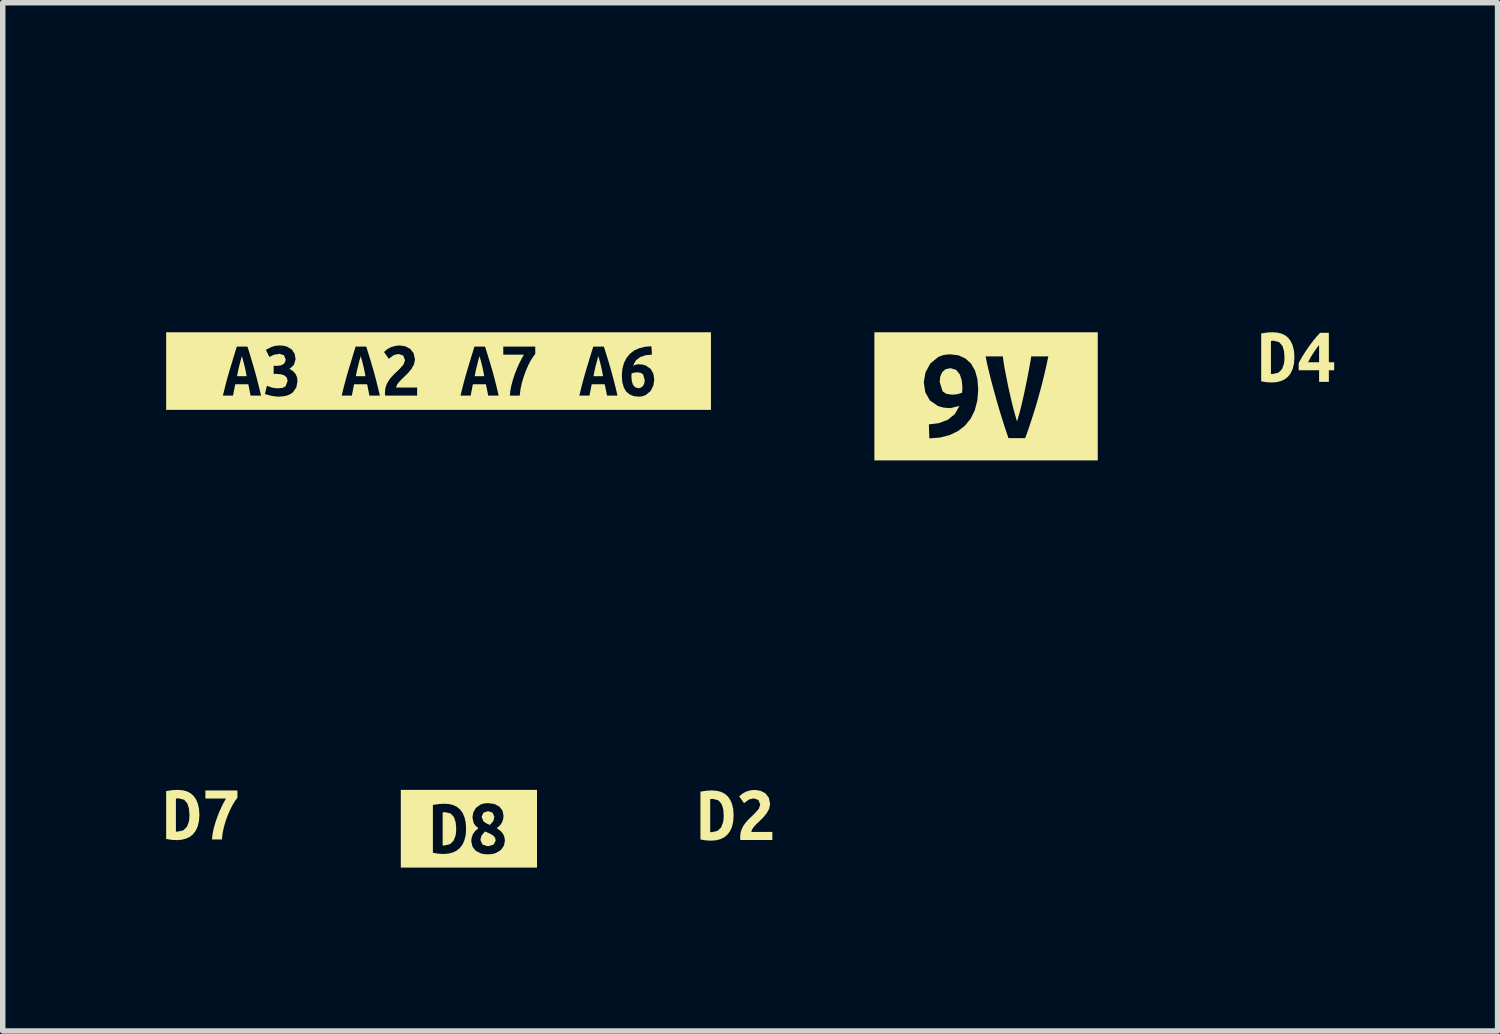
<source format=kicad_pcb>
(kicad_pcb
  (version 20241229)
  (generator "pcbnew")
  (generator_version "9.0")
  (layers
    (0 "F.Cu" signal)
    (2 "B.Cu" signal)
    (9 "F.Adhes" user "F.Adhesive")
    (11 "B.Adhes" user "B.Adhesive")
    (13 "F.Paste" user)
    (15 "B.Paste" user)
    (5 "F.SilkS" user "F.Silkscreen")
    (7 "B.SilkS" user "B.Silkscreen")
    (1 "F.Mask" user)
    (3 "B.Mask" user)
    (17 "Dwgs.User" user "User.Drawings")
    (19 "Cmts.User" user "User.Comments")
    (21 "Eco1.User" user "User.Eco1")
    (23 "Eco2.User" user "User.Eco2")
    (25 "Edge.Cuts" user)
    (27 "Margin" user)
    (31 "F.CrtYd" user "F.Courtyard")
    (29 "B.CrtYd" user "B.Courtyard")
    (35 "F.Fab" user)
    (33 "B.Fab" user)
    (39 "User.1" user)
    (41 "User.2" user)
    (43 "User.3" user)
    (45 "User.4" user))
  (footprint "kibuzzard-688B07DB"
    (layer "F.Cu")
    (at 5.557 12.162)
    (property "Reference" "kibuzzard-688B07DB" (at 0 -3.761 0) (layer "F.SilkS") (effects (font (size 0.001 0.001) (thickness 0.15))))
    (attr board_only exclude_from_pos_files exclude_from_bom)
    (fp_poly (pts (xy 0.351 -0.322) (xy 0.269 -0.296) (xy 0.233 -0.219) (xy 0.267 -0.136) (xy 0.313 -0.103) (xy 0.385 -0.069) (xy 0.449 -0.142) (xy 0.467 -0.22) (xy 0.433 -0.297) (xy 0.351 -0.322)) (stroke (width 0) (type solid)) (fill yes) (layer "F.SilkS"))
    (fp_poly (pts (xy 0.492 0.216) (xy 0.481 0.165) (xy 0.446 0.125) (xy 0.385 0.089) (xy 0.294 0.05) (xy 0.232 0.125) (xy 0.21 0.204) (xy 0.252 0.292) (xy 0.35 0.322) (xy 0.454 0.291) (xy 0.492 0.216)) (stroke (width 0) (type solid)) (fill yes) (layer "F.SilkS"))
    (fp_poly (pts (xy -0.482 0.306) (xy -0.466 0.308) (xy -0.45 0.308) (xy -0.347 0.284) (xy -0.281 0.22) (xy -0.244 0.124) (xy -0.236 0.065) (xy -0.233 0.001) (xy -0.242 -0.113) (xy -0.273 -0.21) (xy -0.332 -0.278) (xy -0.43 -0.303) (xy -0.456 -0.302) (xy -0.482 -0.299) (xy -0.482 0.306)) (stroke (width 0) (type solid)) (fill yes) (layer "F.SilkS"))
    (fp_poly (pts (xy -1.25 -0.713) (xy -1.25 -0.713) (xy -1.25 0.713) (xy -1.25 0.713) (xy -0.469 0.713) (xy -0.469 0.463) (xy -0.563 0.458) (xy -0.661 0.441) (xy -0.661 -0.437) (xy -0.546 -0.454) (xy -0.446 -0.459) (xy -0.361 -0.452) (xy -0.284 -0.433) (xy -0.216 -0.399) (xy -0.159 -0.35) (xy -0.114 -0.287) (xy -0.08 -0.208) (xy -0.059 -0.113) (xy -0.052 0.001) (xy -0.059 0.116) (xy -0.083 0.214) (xy -0.12 0.294) (xy -0.169 0.357) (xy -0.23 0.405) (xy -0.301 0.438) (xy -0.381 0.457) (xy -0.469 0.463) (xy -0.469 0.713) (xy 0.347 0.713) (xy 0.347 0.47) (xy 0.282 0.466) (xy 0.222 0.454) (xy 0.126 0.406) (xy 0.065 0.329) (xy 0.043 0.226) (xy 0.051 0.16) (xy 0.075 0.097) (xy 0.116 0.041) (xy 0.175 -0.009) (xy 0.121 -0.055) (xy 0.088 -0.103) (xy 0.065 -0.207) (xy 0.08 -0.298) (xy 0.129 -0.383) (xy 0.217 -0.446) (xy 0.279 -0.464) (xy 0.354 -0.47) (xy 0.47 -0.454) (xy 0.56 -0.406) (xy 0.617 -0.332) (xy 0.636 -0.235) (xy 0.628 -0.173) (xy 0.606 -0.112) (xy 0.566 -0.057) (xy 0.51 -0.011) (xy 0.58 0.039) (xy 0.627 0.094) (xy 0.652 0.153) (xy 0.661 0.219) (xy 0.644 0.308) (xy 0.59 0.388) (xy 0.494 0.447) (xy 0.427 0.465) (xy 0.347 0.47) (xy 0.347 0.713) (xy 1.25 0.713) (xy 1.25 0.713) (xy 1.25 -0.713) (xy 1.25 -0.713) (xy -1.25 -0.713)) (stroke (width 0) (type solid)) (fill yes) (layer "F.SilkS")))
  (footprint "kibuzzard-688B04F2"
    (layer "F.Cu")
    (at 5 3.761)
    (property "Reference" "kibuzzard-688B04F2" (at 0 -3.76 0) (layer "F.SilkS") (effects (font (size 0.001 0.001) (thickness 0.15))))
    (attr board_only exclude_from_pos_files exclude_from_bom)
    (fp_poly (pts (xy -3.61 -0.275) (xy -3.637 -0.178) (xy -3.66 -0.088) (xy -3.681 0.001) (xy -3.699 0.095) (xy -3.523 0.095) (xy -3.54 0.001) (xy -3.56 -0.088) (xy -3.583 -0.178) (xy -3.61 -0.275)) (stroke (width 0) (type solid)) (fill yes) (layer "F.SilkS"))
    (fp_poly (pts (xy -1.429 -0.275) (xy -1.456 -0.178) (xy -1.479 -0.088) (xy -1.5 0.001) (xy -1.518 0.095) (xy -1.342 0.095) (xy -1.359 0.001) (xy -1.379 -0.088) (xy -1.402 -0.178) (xy -1.429 -0.275)) (stroke (width 0) (type solid)) (fill yes) (layer "F.SilkS"))
    (fp_poly (pts (xy 0.752 -0.275) (xy 0.725 -0.178) (xy 0.702 -0.088) (xy 0.681 0.001) (xy 0.663 0.095) (xy 0.839 0.095) (xy 0.821 0.001) (xy 0.802 -0.088) (xy 0.779 -0.178) (xy 0.752 -0.275)) (stroke (width 0) (type solid)) (fill yes) (layer "F.SilkS"))
    (fp_poly (pts (xy 2.933 -0.275) (xy 2.906 -0.178) (xy 2.882 -0.088) (xy 2.862 0.001) (xy 2.844 0.095) (xy 3.02 0.095) (xy 3.002 0.001) (xy 2.983 -0.088) (xy 2.96 -0.178) (xy 2.933 -0.275)) (stroke (width 0) (type solid)) (fill yes) (layer "F.SilkS"))
    (fp_poly (pts (xy 3.648 0.023) (xy 3.591 0.029) (xy 3.543 0.045) (xy 3.541 0.071) (xy 3.54 0.099) (xy 3.546 0.18) (xy 3.567 0.249) (xy 3.607 0.297) (xy 3.67 0.316) (xy 3.722 0.301) (xy 3.758 0.265) (xy 3.778 0.217) (xy 3.785 0.166) (xy 3.754 0.06) (xy 3.712 0.033) (xy 3.648 0.023)) (stroke (width 0) (type solid)) (fill yes) (layer "F.SilkS"))
    (fp_poly (pts (xy -5 -0.712) (xy -5 -0.712) (xy -5 0.712) (xy -5 0.712) (xy -3.45 0.712) (xy -3.45 0.451) (xy -3.492 0.243) (xy -3.732 0.243) (xy -3.773 0.451) (xy -3.959 0.451) (xy -3.933 0.346) (xy -3.908 0.245) (xy -3.882 0.148) (xy -3.856 0.055) (xy -3.83 -0.034) (xy -3.797 -0.142) (xy -3.765 -0.247) (xy -3.734 -0.35) (xy -3.703 -0.449) (xy -3.508 -0.449) (xy -3.476 -0.349) (xy -3.445 -0.246) (xy -3.413 -0.139) (xy -3.381 -0.03) (xy -3.356 0.06) (xy -3.331 0.154) (xy -3.307 0.25) (xy -3.282 0.349) (xy -3.258 0.451) (xy -3.45 0.451) (xy -3.45 0.712) (xy -2.936 0.712) (xy -2.936 0.47) (xy -3.006 0.465) (xy -3.077 0.452) (xy -3.141 0.436) (xy -3.186 0.42) (xy -3.151 0.27) (xy -3.064 0.301) (xy -3.006 0.313) (xy -2.937 0.317) (xy -2.859 0.307) (xy -2.808 0.278) (xy -2.771 0.18) (xy -2.785 0.12) (xy -2.828 0.081) (xy -2.892 0.059) (xy -2.972 0.052) (xy -3.027 0.052) (xy -3.027 -0.096) (xy -2.96 -0.096) (xy -2.905 -0.102) (xy -2.856 -0.121) (xy -2.82 -0.156) (xy -2.806 -0.211) (xy -2.836 -0.289) (xy -2.918 -0.317) (xy -3.019 -0.3) (xy -3.106 -0.259) (xy -3.17 -0.39) (xy -3.066 -0.443) (xy -2.997 -0.463) (xy -2.92 -0.47) (xy -2.849 -0.465) (xy -2.788 -0.451) (xy -2.696 -0.398) (xy -2.642 -0.317) (xy -2.624 -0.217) (xy -2.655 -0.113) (xy -2.736 -0.038) (xy -2.674 -0.002) (xy -2.628 0.048) (xy -2.599 0.11) (xy -2.589 0.183) (xy -2.61 0.298) (xy -2.672 0.389) (xy -2.72 0.423) (xy -2.78 0.449) (xy -2.852 0.464) (xy -2.936 0.47) (xy -2.936 0.712) (xy -1.269 0.712) (xy -1.269 0.451) (xy -1.311 0.243) (xy -1.551 0.243) (xy -1.592 0.451) (xy -1.778 0.451) (xy -1.753 0.346) (xy -1.727 0.245) (xy -1.701 0.148) (xy -1.675 0.055) (xy -1.649 -0.034) (xy -1.616 -0.142) (xy -1.584 -0.247) (xy -1.553 -0.35) (xy -1.522 -0.449) (xy -1.327 -0.449) (xy -1.296 -0.349) (xy -1.264 -0.246) (xy -1.232 -0.139) (xy -1.2 -0.03) (xy -1.175 0.06) (xy -1.15 0.154) (xy -1.126 0.25) (xy -1.101 0.349) (xy -1.077 0.451) (xy -1.269 0.451) (xy -1.269 0.712) (xy -0.393 0.712) (xy -0.393 0.451) (xy -0.98 0.451) (xy -0.984 0.414) (xy -0.983 0.384) (xy -0.976 0.314) (xy -0.956 0.25) (xy -0.925 0.191) (xy -0.888 0.137) (xy -0.845 0.088) (xy -0.799 0.041) (xy -0.753 -0.002) (xy -0.71 -0.044) (xy -0.642 -0.122) (xy -0.615 -0.199) (xy -0.648 -0.284) (xy -0.733 -0.314) (xy -0.821 -0.294) (xy -0.913 -0.225) (xy -1.002 -0.35) (xy -0.939 -0.403) (xy -0.867 -0.441) (xy -0.791 -0.462) (xy -0.715 -0.47) (xy -0.609 -0.454) (xy -0.519 -0.406) (xy -0.457 -0.325) (xy -0.433 -0.212) (xy -0.451 -0.123) (xy -0.497 -0.039) (xy -0.563 0.039) (xy -0.637 0.112) (xy -0.68 0.153) (xy -0.727 0.203) (xy -0.764 0.254) (xy -0.779 0.302) (xy -0.393 0.302) (xy -0.393 0.451) (xy -0.393 0.712) (xy 0.912 0.712) (xy 0.912 0.451) (xy 0.869 0.243) (xy 0.63 0.243) (xy 0.589 0.451) (xy 0.403 0.451) (xy 0.428 0.346) (xy 0.454 0.245) (xy 0.48 0.148) (xy 0.506 0.055) (xy 0.532 -0.034) (xy 0.565 -0.142) (xy 0.596 -0.247) (xy 0.628 -0.35) (xy 0.659 -0.449) (xy 0.853 -0.449) (xy 0.885 -0.349) (xy 0.917 -0.246) (xy 0.949 -0.139) (xy 0.981 -0.03) (xy 1.006 0.06) (xy 1.031 0.154) (xy 1.055 0.25) (xy 1.08 0.349) (xy 1.104 0.451) (xy 0.912 0.451) (xy 0.912 0.712) (xy 1.309 0.712) (xy 1.309 0.451) (xy 1.318 0.355) (xy 1.339 0.254) (xy 1.368 0.15) (xy 1.402 0.048) (xy 1.441 -0.051) (xy 1.483 -0.145) (xy 1.526 -0.229) (xy 1.566 -0.301) (xy 1.188 -0.301) (xy 1.188 -0.449) (xy 1.775 -0.449) (xy 1.775 -0.314) (xy 1.734 -0.26) (xy 1.689 -0.188) (xy 1.644 -0.101) (xy 1.602 -0.003) (xy 1.563 0.104) (xy 1.529 0.217) (xy 1.504 0.334) (xy 1.49 0.451) (xy 1.309 0.451) (xy 1.309 0.712) (xy 3.093 0.712) (xy 3.093 0.451) (xy 3.05 0.243) (xy 2.811 0.243) (xy 2.77 0.451) (xy 2.584 0.451) (xy 2.609 0.346) (xy 2.635 0.245) (xy 2.661 0.148) (xy 2.687 0.055) (xy 2.713 -0.034) (xy 2.746 -0.142) (xy 2.777 -0.247) (xy 2.809 -0.35) (xy 2.84 -0.449) (xy 3.034 -0.449) (xy 3.066 -0.349) (xy 3.098 -0.246) (xy 3.13 -0.139) (xy 3.162 -0.03) (xy 3.187 0.06) (xy 3.212 0.154) (xy 3.236 0.25) (xy 3.261 0.349) (xy 3.284 0.451) (xy 3.093 0.451) (xy 3.093 0.712) (xy 3.674 0.712) (xy 3.674 0.47) (xy 3.581 0.459) (xy 3.505 0.428) (xy 3.444 0.376) (xy 3.4 0.302) (xy 3.373 0.204) (xy 3.364 0.083) (xy 3.374 -0.04) (xy 3.403 -0.148) (xy 3.45 -0.241) (xy 3.513 -0.317) (xy 3.591 -0.377) (xy 3.684 -0.42) (xy 3.79 -0.446) (xy 3.907 -0.455) (xy 3.917 -0.302) (xy 3.804 -0.291) (xy 3.702 -0.257) (xy 3.621 -0.195) (xy 3.571 -0.1) (xy 3.625 -0.118) (xy 3.671 -0.125) (xy 3.744 -0.119) (xy 3.804 -0.102) (xy 3.894 -0.039) (xy 3.944 0.052) (xy 3.959 0.163) (xy 3.942 0.269) (xy 3.891 0.368) (xy 3.802 0.441) (xy 3.743 0.463) (xy 3.674 0.47) (xy 3.674 0.712) (xy 5 0.712) (xy 5 0.712) (xy 5 -0.712) (xy 5 -0.712) (xy -5 -0.712)) (stroke (width 0) (type solid)) (fill yes) (layer "F.SilkS")))
  (footprint "kibuzzard-688B07C0"
    (layer "F.Cu")
    (at 0.654 11.91)
    (property "Reference" "kibuzzard-688B07C0" (at 0 -3.509 0) (layer "F.SilkS") (effects (font (size 0.001 0.001) (thickness 0.15))))
    (attr board_only exclude_from_pos_files exclude_from_bom)
    (fp_poly (pts (xy 0.187 0.449) (xy 0.197 0.353) (xy 0.217 0.252) (xy 0.246 0.149) (xy 0.281 0.047) (xy 0.319 -0.053) (xy 0.361 -0.146) (xy 0.404 -0.231) (xy 0.444 -0.302) (xy 0.066 -0.302) (xy 0.066 -0.451) (xy 0.654 -0.451) (xy 0.654 -0.316) (xy 0.612 -0.261) (xy 0.568 -0.189) (xy 0.523 -0.102) (xy 0.48 -0.004) (xy 0.441 0.102) (xy 0.407 0.216) (xy 0.382 0.333) (xy 0.369 0.449) (xy 0.187 0.449)) (stroke (width 0) (type solid)) (fill yes) (layer "F.SilkS"))
    (fp_poly (pts (xy -0.044 -0.001) (xy -0.052 0.114) (xy -0.076 0.212) (xy -0.113 0.291) (xy -0.162 0.355) (xy -0.223 0.403) (xy -0.294 0.435) (xy -0.374 0.455) (xy -0.459 0.461) (xy -0.459 0.305) (xy -0.443 0.305) (xy -0.34 0.282) (xy -0.273 0.218) (xy -0.237 0.121) (xy -0.229 0.063) (xy -0.226 -0.001) (xy -0.235 -0.115) (xy -0.265 -0.212) (xy -0.325 -0.28) (xy -0.422 -0.305) (xy -0.449 -0.305) (xy -0.475 -0.301) (xy -0.475 0.304) (xy -0.459 0.305) (xy -0.459 0.461) (xy -0.462 0.461) (xy -0.555 0.456) (xy -0.654 0.439) (xy -0.654 -0.439) (xy -0.539 -0.457) (xy -0.438 -0.461) (xy -0.353 -0.454) (xy -0.276 -0.435) (xy -0.208 -0.401) (xy -0.152 -0.353) (xy -0.107 -0.289) (xy -0.073 -0.21) (xy -0.051 -0.115) (xy -0.044 -0.001)) (stroke (width 0) (type solid)) (fill yes) (layer "F.SilkS")))
  (footprint "kibuzzard-688B05AD"
    (layer "F.Cu")
    (at 15.05 4.225)
    (property "Reference" "kibuzzard-688B05AD" (at 0 -4.224 0) (layer "F.SilkS") (effects (font (size 0.001 0.001) (thickness 0.15))))
    (attr board_only exclude_from_pos_files exclude_from_bom)
    (fp_poly (pts (xy -0.619 -0.03) (xy -0.522 -0.04) (xy -0.44 -0.067) (xy -0.436 -0.114) (xy -0.435 -0.168) (xy -0.446 -0.291) (xy -0.482 -0.403) (xy -0.55 -0.486) (xy -0.655 -0.517) (xy -0.746 -0.497) (xy -0.807 -0.442) (xy -0.841 -0.362) (xy -0.852 -0.265) (xy -0.798 -0.091) (xy -0.727 -0.045) (xy -0.619 -0.03)) (stroke (width 0) (type solid)) (fill yes) (layer "F.SilkS"))
    (fp_poly (pts (xy -2.05 -1.176) (xy -2.05 -1.176) (xy -2.05 1.176) (xy -2.05 1.176) (xy -1.041 1.176) (xy -1.041 0.772) (xy -1.05 0.515) (xy -0.867 0.493) (xy -0.704 0.431) (xy -0.574 0.327) (xy -0.488 0.176) (xy -0.658 0.217) (xy -0.779 0.207) (xy -0.881 0.179) (xy -1.031 0.076) (xy -1.116 -0.075) (xy -1.143 -0.261) (xy -1.112 -0.439) (xy -1.023 -0.603) (xy -0.874 -0.725) (xy -0.776 -0.76) (xy -0.663 -0.772) (xy -0.508 -0.753) (xy -0.38 -0.696) (xy -0.277 -0.602) (xy -0.203 -0.474) (xy -0.159 -0.317) (xy -0.144 -0.13) (xy -0.16 0.076) (xy -0.207 0.257) (xy -0.284 0.412) (xy -0.388 0.539) (xy -0.517 0.639) (xy -0.671 0.712) (xy -0.847 0.757) (xy -1.041 0.772) (xy -1.041 1.176) (xy 0.411 1.176) (xy 0.411 0.767) (xy 0.351 0.589) (xy 0.287 0.389) (xy 0.244 0.249) (xy 0.203 0.108) (xy 0.164 -0.032) (xy 0.126 -0.169) (xy 0.091 -0.301) (xy 0.059 -0.428) (xy 0.019 -0.597) (xy -0.008 -0.733) (xy 0.307 -0.733) (xy 0.325 -0.607) (xy 0.35 -0.463) (xy 0.381 -0.307) (xy 0.414 -0.145) (xy 0.451 0.017) (xy 0.489 0.177) (xy 0.529 0.327) (xy 0.568 0.462) (xy 0.607 0.329) (xy 0.646 0.179) (xy 0.683 0.019) (xy 0.718 -0.143) (xy 0.751 -0.304) (xy 0.782 -0.462) (xy 0.808 -0.607) (xy 0.83 -0.733) (xy 1.143 -0.733) (xy 1.11 -0.579) (xy 1.071 -0.408) (xy 1.026 -0.224) (xy 0.974 -0.032) (xy 0.937 0.101) (xy 0.897 0.235) (xy 0.854 0.371) (xy 0.81 0.506) (xy 0.765 0.638) (xy 0.718 0.767) (xy 0.411 0.767) (xy 0.411 1.176) (xy 2.05 1.176) (xy 2.05 1.176) (xy 2.05 -1.176) (xy 2.05 -1.176) (xy -2.05 -1.176)) (stroke (width 0) (type solid)) (fill yes) (layer "F.SilkS")))
  (footprint "kibuzzard-688B068F"
    (layer "F.Cu")
    (at 10.467 11.915)
    (property "Reference" "kibuzzard-688B068F" (at 0 -3.514 0) (layer "F.SilkS") (effects (font (size 0.001 0.001) (thickness 0.15))))
    (attr board_only exclude_from_pos_files exclude_from_bom)
    (fp_poly (pts (xy 0.619 -0.209) (xy 0.602 -0.119) (xy 0.555 -0.036) (xy 0.49 0.043) (xy 0.416 0.116) (xy 0.372 0.157) (xy 0.326 0.206) (xy 0.289 0.258) (xy 0.273 0.306) (xy 0.66 0.306) (xy 0.66 0.454) (xy 0.073 0.454) (xy 0.069 0.418) (xy 0.07 0.387) (xy 0.077 0.318) (xy 0.097 0.254) (xy 0.127 0.195) (xy 0.165 0.141) (xy 0.208 0.091) (xy 0.254 0.045) (xy 0.3 0.002) (xy 0.342 -0.04) (xy 0.411 -0.118) (xy 0.438 -0.196) (xy 0.404 -0.281) (xy 0.32 -0.31) (xy 0.231 -0.29) (xy 0.14 -0.222) (xy 0.051 -0.347) (xy 0.114 -0.4) (xy 0.185 -0.437) (xy 0.262 -0.459) (xy 0.337 -0.466) (xy 0.443 -0.45) (xy 0.534 -0.402) (xy 0.596 -0.321) (xy 0.619 -0.209)) (stroke (width 0) (type solid)) (fill yes) (layer "F.SilkS"))
    (fp_poly (pts (xy -0.051 0.004) (xy -0.059 0.119) (xy -0.082 0.217) (xy -0.119 0.296) (xy -0.169 0.36) (xy -0.229 0.408) (xy -0.3 0.441) (xy -0.38 0.46) (xy -0.465 0.466) (xy -0.465 0.31) (xy -0.449 0.31) (xy -0.347 0.287) (xy -0.28 0.223) (xy -0.244 0.126) (xy -0.235 0.068) (xy -0.233 0.004) (xy -0.241 -0.11) (xy -0.272 -0.207) (xy -0.332 -0.275) (xy -0.429 -0.3) (xy -0.455 -0.3) (xy -0.481 -0.296) (xy -0.481 0.309) (xy -0.465 0.31) (xy -0.465 0.466) (xy -0.468 0.466) (xy -0.562 0.461) (xy -0.66 0.444) (xy -0.66 -0.434) (xy -0.545 -0.451) (xy -0.445 -0.456) (xy -0.36 -0.449) (xy -0.283 -0.43) (xy -0.215 -0.396) (xy -0.158 -0.347) (xy -0.113 -0.284) (xy -0.079 -0.205) (xy -0.058 -0.11) (xy -0.051 0.004)) (stroke (width 0) (type solid)) (fill yes) (layer "F.SilkS")))
  (footprint "kibuzzard-688B06AA"
    (layer "F.Cu")
    (at 20.77 3.51)
    (property "Reference" "kibuzzard-688B06AA" (at 0 -3.509 0) (layer "F.SilkS") (effects (font (size 0.001 0.001) (thickness 0.15))))
    (attr board_only exclude_from_pos_files exclude_from_bom)
    (fp_poly (pts (xy 0.572 -0.451) (xy 0.572 0.09) (xy 0.67 0.09) (xy 0.67 0.237) (xy 0.572 0.237) (xy 0.572 0.449) (xy 0.393 0.449) (xy 0.393 0.237) (xy 0.19 0.237) (xy 0.19 0.09) (xy 0.393 0.09) (xy 0.393 -0.227) (xy 0.339 -0.156) (xy 0.285 -0.076) (xy 0.233 0.007) (xy 0.19 0.09) (xy 0.19 0.237) (xy 0.018 0.237) (xy 0.018 0.106) (xy 0.05 0.046) (xy 0.089 -0.023) (xy 0.135 -0.095) (xy 0.185 -0.17) (xy 0.239 -0.245) (xy 0.296 -0.319) (xy 0.354 -0.389) (xy 0.412 -0.451) (xy 0.572 -0.451)) (stroke (width 0) (type solid)) (fill yes) (layer "F.SilkS"))
    (fp_poly (pts (xy -0.06 -0.001) (xy -0.068 0.114) (xy -0.092 0.212) (xy -0.129 0.291) (xy -0.178 0.355) (xy -0.239 0.403) (xy -0.31 0.435) (xy -0.39 0.455) (xy -0.475 0.461) (xy -0.475 0.305) (xy -0.459 0.305) (xy -0.356 0.282) (xy -0.289 0.218) (xy -0.253 0.121) (xy -0.245 0.063) (xy -0.242 -0.001) (xy -0.251 -0.115) (xy -0.281 -0.212) (xy -0.341 -0.28) (xy -0.438 -0.305) (xy -0.465 -0.305) (xy -0.491 -0.301) (xy -0.491 0.304) (xy -0.475 0.305) (xy -0.475 0.461) (xy -0.478 0.461) (xy -0.571 0.456) (xy -0.67 0.439) (xy -0.67 -0.439) (xy -0.555 -0.457) (xy -0.454 -0.461) (xy -0.369 -0.454) (xy -0.292 -0.435) (xy -0.224 -0.401) (xy -0.168 -0.353) (xy -0.123 -0.289) (xy -0.089 -0.21) (xy -0.067 -0.115) (xy -0.06 -0.001)) (stroke (width 0) (type solid)) (fill yes) (layer "F.SilkS")))
  (gr_rect
    (start -3 -3)
    (end 24.439 15.875)
    (stroke (width 0.1) (type default))
    (fill no)
    (layer "Edge.Cuts")))
</source>
